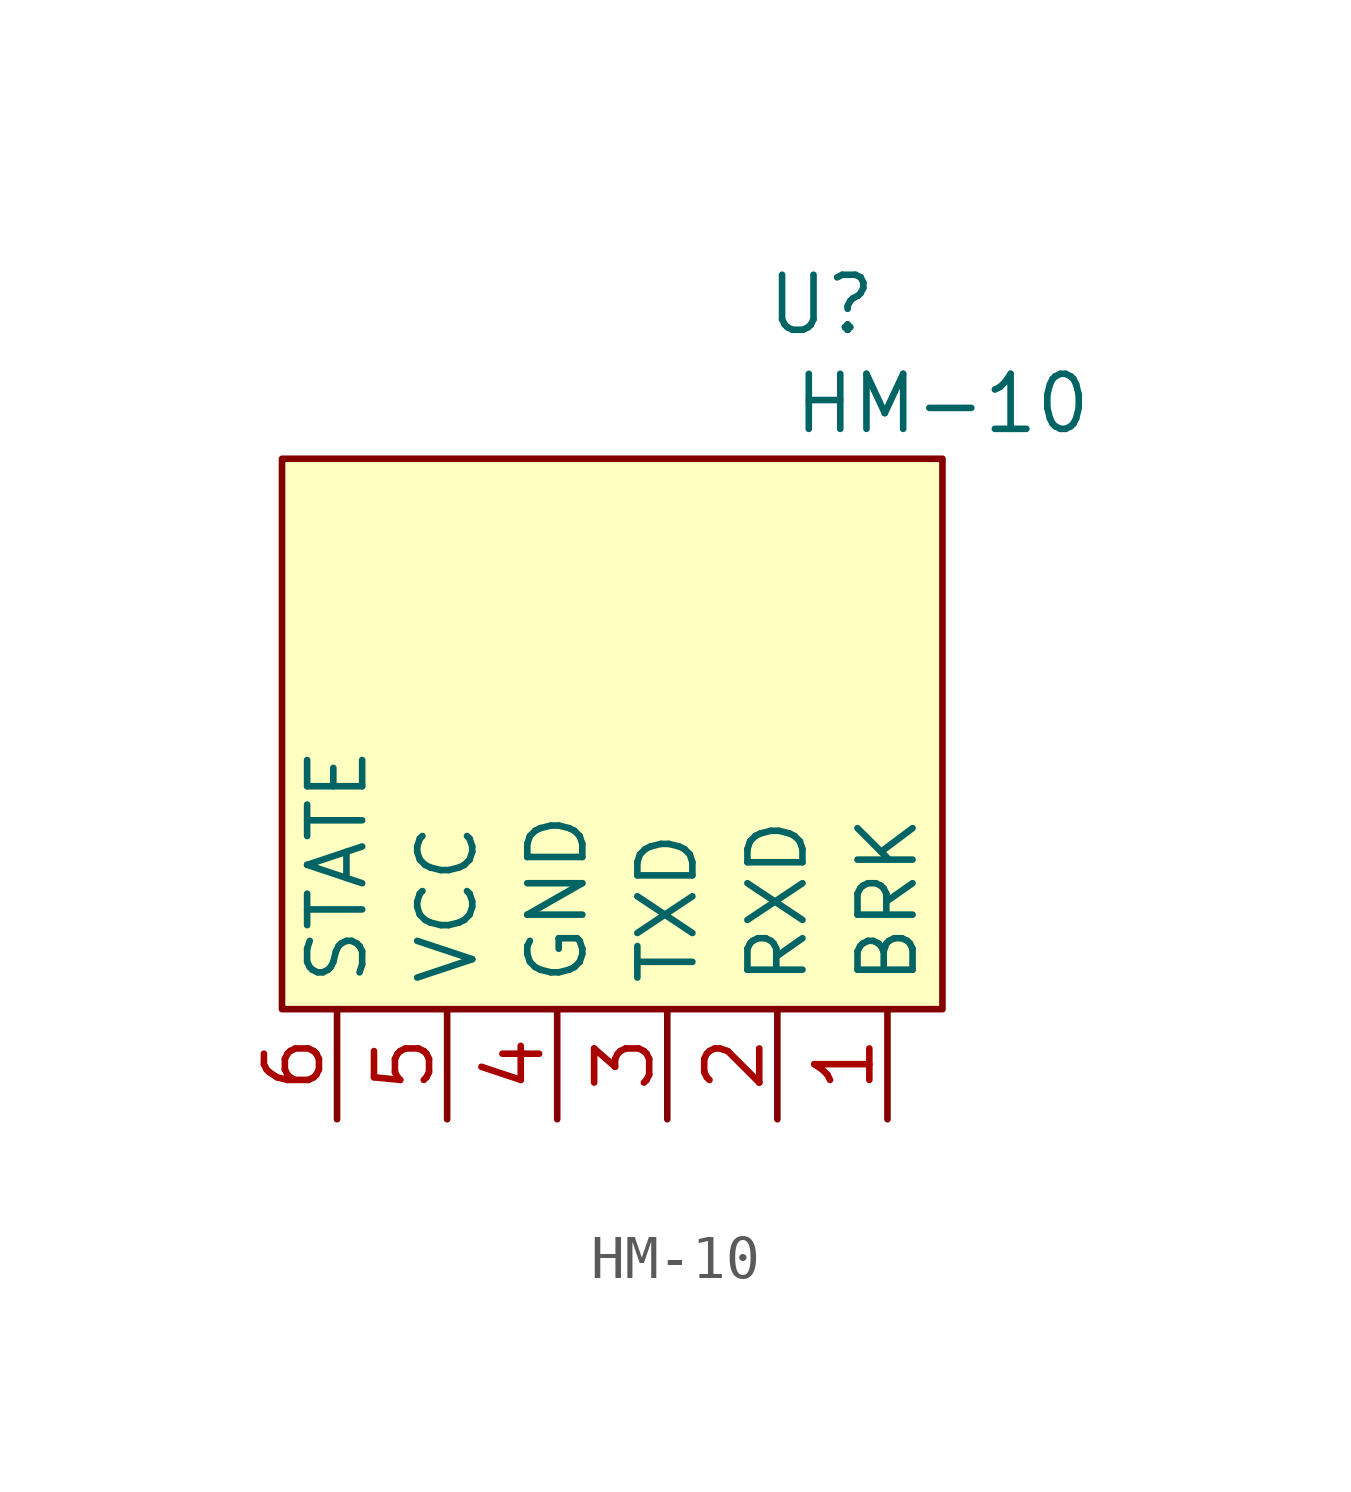
<source format=kicad_sym>
(kicad_symbol_lib
  (version 20241209)
  (generator "kicad_symbol_editor")
  (generator_version "9.0")
  (symbol "HM-10"
    (property "Reference" "U"
      (at 4.826 9.906 0)
      (effects (font (size 1.27 1.27))))
    (property "Value" "HM-10"
      (at 7.62 7.62 0)
      (effects (font (size 1.27 1.27))))
    (symbol "HM-10_1_1"
      (rectangle (start -7.62 6.35) (end 7.62 -6.35) (stroke (width 0) (type solid)) (fill (type background)))
      (pin output line (at -6.35 -8.89 90) (length 2.54) (name "STATE" (effects (font (size 1.27 1.27)))) (number "6" (effects (font (size 1.27 1.27)))))
      (pin power_in line (at -3.81 -8.89 90) (length 2.54) (name "VCC" (effects (font (size 1.27 1.27)))) (number "5" (effects (font (size 1.27 1.27)))))
      (pin power_out line (at -1.27 -8.89 90) (length 2.54) (name "GND" (effects (font (size 1.27 1.27)))) (number "4" (effects (font (size 1.27 1.27)))))
      (pin output line (at 1.27 -8.89 90) (length 2.54) (name "TXD" (effects (font (size 1.27 1.27)))) (number "3" (effects (font (size 1.27 1.27)))))
      (pin input line (at 3.81 -8.89 90) (length 2.54) (name "RXD" (effects (font (size 1.27 1.27)))) (number "2" (effects (font (size 1.27 1.27)))))
      (pin input line (at 6.35 -8.89 90) (length 2.54) (name "BRK" (effects (font (size 1.27 1.27)))) (number "1" (effects (font (size 1.27 1.27))))))))
</source>
